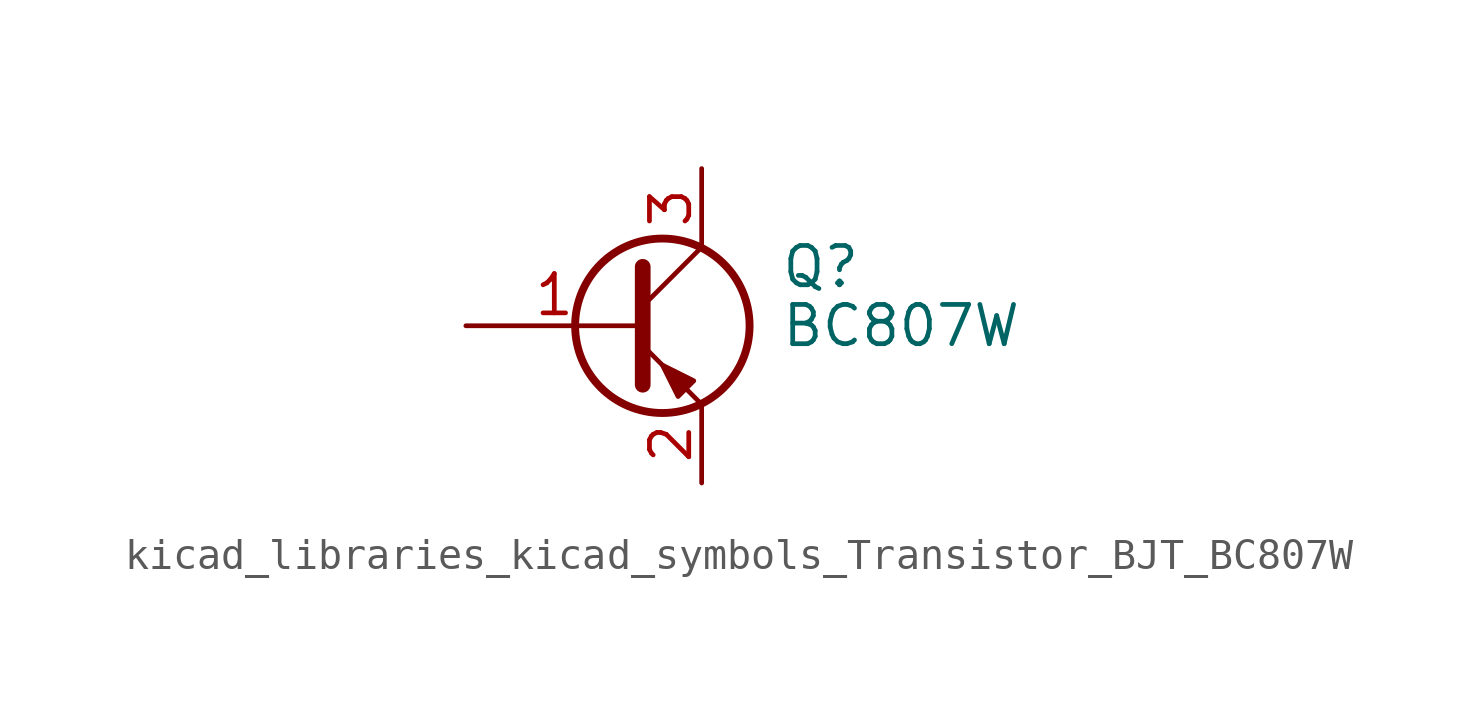
<source format=kicad_sym>
(kicad_symbol_lib
  (version 20220914)
  (generator kicad_symbol_editor)
  (symbol "kicad_libraries_kicad_symbols_Transistor_BJT_BC807W"
    (pin_names
      (offset 0) hide)
    (property "Reference" "Q"
      (at 5.08 1.905 0)
      (effects (font (size 1.27 1.27)) (justify left)))
    (property "Value" "BC807W"
      (at 5.08 0 0)
      (effects (font (size 1.27 1.27)) (justify left)))
    (symbol "kicad_libraries_kicad_symbols_Transistor_BJT_BC807W_0_1"
      (polyline (pts (xy 0.635 0.635) (xy 2.54 2.54)) (stroke (width 0) (type default)) (fill (type none)))
      (polyline (pts (xy 0.635 -0.635) (xy 2.54 -2.54) (xy 2.54 -2.54)) (stroke (width 0) (type default)) (fill (type none)))
      (polyline (pts (xy 0.635 1.905) (xy 0.635 -1.905) (xy 0.635 -1.905)) (stroke (width 0.508) (type default)) (fill (type none)))
      (polyline (pts (xy 2.286 -1.778) (xy 1.778 -2.286) (xy 1.27 -1.27) (xy 2.286 -1.778) (xy 2.286 -1.778)) (stroke (width 0) (type default)) (fill (type outline)))
      (circle (center 1.27 0) (radius 2.819) (stroke (width 0.254) (type default)) (fill (type none))))
    (symbol "kicad_libraries_kicad_symbols_Transistor_BJT_BC807W_1_1"
      (pin input line (at -5.08 0 0) (length 5.715) (name "B" (effects (font (size 1.27 1.27)))) (number "1" (effects (font (size 1.27 1.27)))))
      (pin passive line (at 2.54 -5.08 90) (length 2.54) (name "E" (effects (font (size 1.27 1.27)))) (number "2" (effects (font (size 1.27 1.27)))))
      (pin passive line (at 2.54 5.08 270) (length 2.54) (name "C" (effects (font (size 1.27 1.27)))) (number "3" (effects (font (size 1.27 1.27))))))))
</source>
